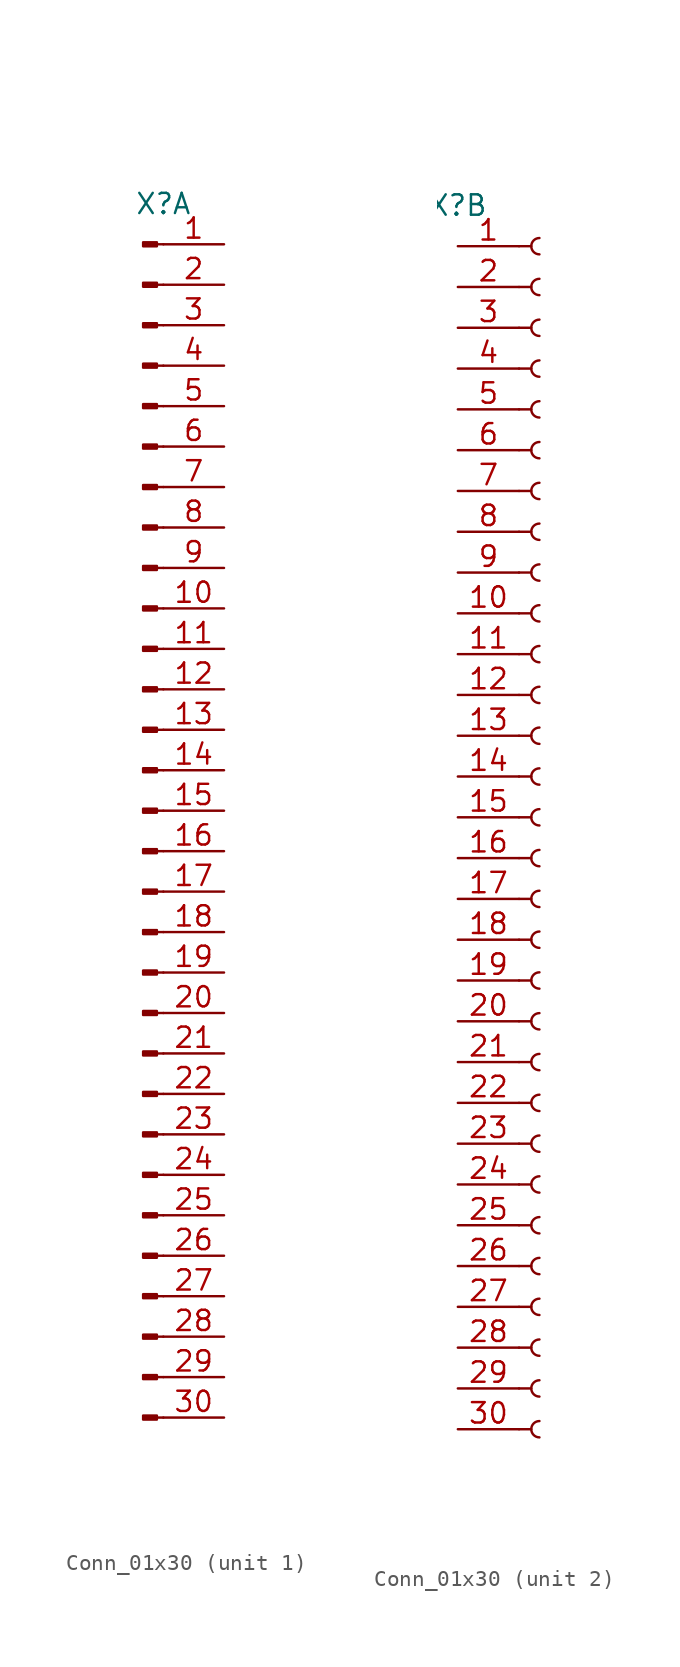
<source format=kicad_sym>
(kicad_symbol_lib
  (version 20241209)
  (generator "kicad_symbol_editor")
  (generator_version "9.0")
  (symbol "Conn_01x30"
    (pin_names
      (offset 1.016)
      (hide yes))
    (property "Reference" "X"
      (at 0 38.1 0)
      (effects (font (size 1.27 1.27))))
    (property "ki_locked" ""
      (at 0 0 0)
      (effects (font (size 1.27 1.27))))
    (symbol "Conn_01x30_1_1"
      (rectangle (start -0.406 35.687) (end -1.27 35.433) (stroke (width 0.152) (type default)) (fill (type outline)))
      (rectangle (start -0.406 33.147) (end -1.27 32.893) (stroke (width 0.152) (type default)) (fill (type outline)))
      (rectangle (start -0.406 30.607) (end -1.27 30.353) (stroke (width 0.152) (type default)) (fill (type outline)))
      (rectangle (start -0.406 28.067) (end -1.27 27.813) (stroke (width 0.152) (type default)) (fill (type outline)))
      (rectangle (start -0.406 25.527) (end -1.27 25.273) (stroke (width 0.152) (type default)) (fill (type outline)))
      (rectangle (start -0.406 22.987) (end -1.27 22.733) (stroke (width 0.152) (type default)) (fill (type outline)))
      (rectangle (start -0.406 20.447) (end -1.27 20.193) (stroke (width 0.152) (type default)) (fill (type outline)))
      (rectangle (start -0.406 17.907) (end -1.27 17.653) (stroke (width 0.152) (type default)) (fill (type outline)))
      (rectangle (start -0.406 15.367) (end -1.27 15.113) (stroke (width 0.152) (type default)) (fill (type outline)))
      (rectangle (start -0.406 12.827) (end -1.27 12.573) (stroke (width 0.152) (type default)) (fill (type outline)))
      (rectangle (start -0.406 10.287) (end -1.27 10.033) (stroke (width 0.152) (type default)) (fill (type outline)))
      (rectangle (start -0.406 7.747) (end -1.27 7.493) (stroke (width 0.152) (type default)) (fill (type outline)))
      (rectangle (start -0.406 5.207) (end -1.27 4.953) (stroke (width 0.152) (type default)) (fill (type outline)))
      (rectangle (start -0.406 2.667) (end -1.27 2.413) (stroke (width 0.152) (type default)) (fill (type outline)))
      (rectangle (start -0.406 0.127) (end -1.27 -0.127) (stroke (width 0.152) (type default)) (fill (type outline)))
      (rectangle (start -0.406 -2.413) (end -1.27 -2.667) (stroke (width 0.152) (type default)) (fill (type outline)))
      (rectangle (start -0.406 -4.953) (end -1.27 -5.207) (stroke (width 0.152) (type default)) (fill (type outline)))
      (rectangle (start -0.406 -7.493) (end -1.27 -7.747) (stroke (width 0.152) (type default)) (fill (type outline)))
      (rectangle (start -0.406 -10.033) (end -1.27 -10.287) (stroke (width 0.152) (type default)) (fill (type outline)))
      (rectangle (start -0.406 -12.573) (end -1.27 -12.827) (stroke (width 0.152) (type default)) (fill (type outline)))
      (rectangle (start -0.406 -15.113) (end -1.27 -15.367) (stroke (width 0.152) (type default)) (fill (type outline)))
      (rectangle (start -0.406 -17.653) (end -1.27 -17.907) (stroke (width 0.152) (type default)) (fill (type outline)))
      (rectangle (start -0.406 -20.193) (end -1.27 -20.447) (stroke (width 0.152) (type default)) (fill (type outline)))
      (rectangle (start -0.406 -22.733) (end -1.27 -22.987) (stroke (width 0.152) (type default)) (fill (type outline)))
      (rectangle (start -0.406 -25.273) (end -1.27 -25.527) (stroke (width 0.152) (type default)) (fill (type outline)))
      (rectangle (start -0.406 -27.813) (end -1.27 -28.067) (stroke (width 0.152) (type default)) (fill (type outline)))
      (rectangle (start -0.406 -30.353) (end -1.27 -30.607) (stroke (width 0.152) (type default)) (fill (type outline)))
      (rectangle (start -0.406 -32.893) (end -1.27 -33.147) (stroke (width 0.152) (type default)) (fill (type outline)))
      (rectangle (start -0.406 -35.433) (end -1.27 -35.687) (stroke (width 0.152) (type default)) (fill (type outline)))
      (rectangle (start -0.406 -37.973) (end -1.27 -38.227) (stroke (width 0.152) (type default)) (fill (type outline)))
      (polyline (pts (xy 0 35.56) (xy -0.406 35.56)) (stroke (width 0.152) (type default)) (fill (type none)))
      (polyline (pts (xy 0 33.02) (xy -0.406 33.02)) (stroke (width 0.152) (type default)) (fill (type none)))
      (polyline (pts (xy 0 30.48) (xy -0.406 30.48)) (stroke (width 0.152) (type default)) (fill (type none)))
      (polyline (pts (xy 0 27.94) (xy -0.406 27.94)) (stroke (width 0.152) (type default)) (fill (type none)))
      (polyline (pts (xy 0 25.4) (xy -0.406 25.4)) (stroke (width 0.152) (type default)) (fill (type none)))
      (polyline (pts (xy 0 22.86) (xy -0.406 22.86)) (stroke (width 0.152) (type default)) (fill (type none)))
      (polyline (pts (xy 0 20.32) (xy -0.406 20.32)) (stroke (width 0.152) (type default)) (fill (type none)))
      (polyline (pts (xy 0 17.78) (xy -0.406 17.78)) (stroke (width 0.152) (type default)) (fill (type none)))
      (polyline (pts (xy 0 15.24) (xy -0.406 15.24)) (stroke (width 0.152) (type default)) (fill (type none)))
      (polyline (pts (xy 0 12.7) (xy -0.406 12.7)) (stroke (width 0.152) (type default)) (fill (type none)))
      (polyline (pts (xy 0 10.16) (xy -0.406 10.16)) (stroke (width 0.152) (type default)) (fill (type none)))
      (polyline (pts (xy 0 7.62) (xy -0.406 7.62)) (stroke (width 0.152) (type default)) (fill (type none)))
      (polyline (pts (xy 0 5.08) (xy -0.406 5.08)) (stroke (width 0.152) (type default)) (fill (type none)))
      (polyline (pts (xy 0 2.54) (xy -0.406 2.54)) (stroke (width 0.152) (type default)) (fill (type none)))
      (polyline (pts (xy 0 0) (xy -0.406 0)) (stroke (width 0.152) (type default)) (fill (type none)))
      (polyline (pts (xy 0 -2.54) (xy -0.406 -2.54)) (stroke (width 0.152) (type default)) (fill (type none)))
      (polyline (pts (xy 0 -5.08) (xy -0.406 -5.08)) (stroke (width 0.152) (type default)) (fill (type none)))
      (polyline (pts (xy 0 -7.62) (xy -0.406 -7.62)) (stroke (width 0.152) (type default)) (fill (type none)))
      (polyline (pts (xy 0 -10.16) (xy -0.406 -10.16)) (stroke (width 0.152) (type default)) (fill (type none)))
      (polyline (pts (xy 0 -12.7) (xy -0.406 -12.7)) (stroke (width 0.152) (type default)) (fill (type none)))
      (polyline (pts (xy 0 -15.24) (xy -0.406 -15.24)) (stroke (width 0.152) (type default)) (fill (type none)))
      (polyline (pts (xy 0 -17.78) (xy -0.406 -17.78)) (stroke (width 0.152) (type default)) (fill (type none)))
      (polyline (pts (xy 0 -20.32) (xy -0.406 -20.32)) (stroke (width 0.152) (type default)) (fill (type none)))
      (polyline (pts (xy 0 -22.86) (xy -0.406 -22.86)) (stroke (width 0.152) (type default)) (fill (type none)))
      (polyline (pts (xy 0 -25.4) (xy -0.406 -25.4)) (stroke (width 0.152) (type default)) (fill (type none)))
      (polyline (pts (xy 0 -27.94) (xy -0.406 -27.94)) (stroke (width 0.152) (type default)) (fill (type none)))
      (polyline (pts (xy 0 -30.48) (xy -0.406 -30.48)) (stroke (width 0.152) (type default)) (fill (type none)))
      (polyline (pts (xy 0 -33.02) (xy -0.406 -33.02)) (stroke (width 0.152) (type default)) (fill (type none)))
      (polyline (pts (xy 0 -35.56) (xy -0.406 -35.56)) (stroke (width 0.152) (type default)) (fill (type none)))
      (polyline (pts (xy 0 -38.1) (xy -0.406 -38.1)) (stroke (width 0.152) (type default)) (fill (type none)))
      (pin passive line (at 3.81 35.56 180) (length 3.81) (name "Pin_1" (effects (font (size 1.27 1.27)))) (number "1" (effects (font (size 1.27 1.27)))))
      (pin passive line (at 3.81 33.02 180) (length 3.81) (name "Pin_2" (effects (font (size 1.27 1.27)))) (number "2" (effects (font (size 1.27 1.27)))))
      (pin passive line (at 3.81 30.48 180) (length 3.81) (name "Pin_3" (effects (font (size 1.27 1.27)))) (number "3" (effects (font (size 1.27 1.27)))))
      (pin passive line (at 3.81 27.94 180) (length 3.81) (name "Pin_4" (effects (font (size 1.27 1.27)))) (number "4" (effects (font (size 1.27 1.27)))))
      (pin passive line (at 3.81 25.4 180) (length 3.81) (name "Pin_5" (effects (font (size 1.27 1.27)))) (number "5" (effects (font (size 1.27 1.27)))))
      (pin passive line (at 3.81 22.86 180) (length 3.81) (name "Pin_6" (effects (font (size 1.27 1.27)))) (number "6" (effects (font (size 1.27 1.27)))))
      (pin passive line (at 3.81 20.32 180) (length 3.81) (name "Pin_7" (effects (font (size 1.27 1.27)))) (number "7" (effects (font (size 1.27 1.27)))))
      (pin passive line (at 3.81 17.78 180) (length 3.81) (name "Pin_8" (effects (font (size 1.27 1.27)))) (number "8" (effects (font (size 1.27 1.27)))))
      (pin passive line (at 3.81 15.24 180) (length 3.81) (name "Pin_9" (effects (font (size 1.27 1.27)))) (number "9" (effects (font (size 1.27 1.27)))))
      (pin passive line (at 3.81 12.7 180) (length 3.81) (name "Pin_10" (effects (font (size 1.27 1.27)))) (number "10" (effects (font (size 1.27 1.27)))))
      (pin passive line (at 3.81 10.16 180) (length 3.81) (name "Pin_11" (effects (font (size 1.27 1.27)))) (number "11" (effects (font (size 1.27 1.27)))))
      (pin passive line (at 3.81 7.62 180) (length 3.81) (name "Pin_12" (effects (font (size 1.27 1.27)))) (number "12" (effects (font (size 1.27 1.27)))))
      (pin passive line (at 3.81 5.08 180) (length 3.81) (name "Pin_13" (effects (font (size 1.27 1.27)))) (number "13" (effects (font (size 1.27 1.27)))))
      (pin passive line (at 3.81 2.54 180) (length 3.81) (name "Pin_14" (effects (font (size 1.27 1.27)))) (number "14" (effects (font (size 1.27 1.27)))))
      (pin passive line (at 3.81 0 180) (length 3.81) (name "Pin_15" (effects (font (size 1.27 1.27)))) (number "15" (effects (font (size 1.27 1.27)))))
      (pin passive line (at 3.81 -2.54 180) (length 3.81) (name "Pin_16" (effects (font (size 1.27 1.27)))) (number "16" (effects (font (size 1.27 1.27)))))
      (pin passive line (at 3.81 -5.08 180) (length 3.81) (name "Pin_17" (effects (font (size 1.27 1.27)))) (number "17" (effects (font (size 1.27 1.27)))))
      (pin passive line (at 3.81 -7.62 180) (length 3.81) (name "Pin_18" (effects (font (size 1.27 1.27)))) (number "18" (effects (font (size 1.27 1.27)))))
      (pin passive line (at 3.81 -10.16 180) (length 3.81) (name "Pin_19" (effects (font (size 1.27 1.27)))) (number "19" (effects (font (size 1.27 1.27)))))
      (pin passive line (at 3.81 -12.7 180) (length 3.81) (name "Pin_20" (effects (font (size 1.27 1.27)))) (number "20" (effects (font (size 1.27 1.27)))))
      (pin passive line (at 3.81 -15.24 180) (length 3.81) (name "Pin_21" (effects (font (size 1.27 1.27)))) (number "21" (effects (font (size 1.27 1.27)))))
      (pin passive line (at 3.81 -17.78 180) (length 3.81) (name "Pin_22" (effects (font (size 1.27 1.27)))) (number "22" (effects (font (size 1.27 1.27)))))
      (pin passive line (at 3.81 -20.32 180) (length 3.81) (name "Pin_23" (effects (font (size 1.27 1.27)))) (number "23" (effects (font (size 1.27 1.27)))))
      (pin passive line (at 3.81 -22.86 180) (length 3.81) (name "Pin_24" (effects (font (size 1.27 1.27)))) (number "24" (effects (font (size 1.27 1.27)))))
      (pin passive line (at 3.81 -25.4 180) (length 3.81) (name "Pin_25" (effects (font (size 1.27 1.27)))) (number "25" (effects (font (size 1.27 1.27)))))
      (pin passive line (at 3.81 -27.94 180) (length 3.81) (name "Pin_26" (effects (font (size 1.27 1.27)))) (number "26" (effects (font (size 1.27 1.27)))))
      (pin passive line (at 3.81 -30.48 180) (length 3.81) (name "Pin_27" (effects (font (size 1.27 1.27)))) (number "27" (effects (font (size 1.27 1.27)))))
      (pin passive line (at 3.81 -33.02 180) (length 3.81) (name "Pin_28" (effects (font (size 1.27 1.27)))) (number "28" (effects (font (size 1.27 1.27)))))
      (pin passive line (at 3.81 -35.56 180) (length 3.81) (name "Pin_29" (effects (font (size 1.27 1.27)))) (number "29" (effects (font (size 1.27 1.27)))))
      (pin passive line (at 3.81 -38.1 180) (length 3.81) (name "Pin_30" (effects (font (size 1.27 1.27)))) (number "30" (effects (font (size 1.27 1.27))))))
    (symbol "Conn_01x30_2_1"
      (polyline (pts (xy 3.81 35.56) (xy 4.572 35.56)) (stroke (width 0.152) (type default)) (fill (type none)))
      (polyline (pts (xy 3.81 33.02) (xy 4.572 33.02)) (stroke (width 0.152) (type default)) (fill (type none)))
      (polyline (pts (xy 3.81 30.48) (xy 4.572 30.48)) (stroke (width 0.152) (type default)) (fill (type none)))
      (polyline (pts (xy 3.81 27.94) (xy 4.572 27.94)) (stroke (width 0.152) (type default)) (fill (type none)))
      (polyline (pts (xy 3.81 25.4) (xy 4.572 25.4)) (stroke (width 0.152) (type default)) (fill (type none)))
      (polyline (pts (xy 3.81 22.86) (xy 4.572 22.86)) (stroke (width 0.152) (type default)) (fill (type none)))
      (polyline (pts (xy 3.81 20.32) (xy 4.572 20.32)) (stroke (width 0.152) (type default)) (fill (type none)))
      (polyline (pts (xy 3.81 17.78) (xy 4.572 17.78)) (stroke (width 0.152) (type default)) (fill (type none)))
      (polyline (pts (xy 3.81 15.24) (xy 4.572 15.24)) (stroke (width 0.152) (type default)) (fill (type none)))
      (polyline (pts (xy 3.81 12.7) (xy 4.572 12.7)) (stroke (width 0.152) (type default)) (fill (type none)))
      (polyline (pts (xy 3.81 10.16) (xy 4.572 10.16)) (stroke (width 0.152) (type default)) (fill (type none)))
      (polyline (pts (xy 3.81 7.62) (xy 4.572 7.62)) (stroke (width 0.152) (type default)) (fill (type none)))
      (polyline (pts (xy 3.81 5.08) (xy 4.572 5.08)) (stroke (width 0.152) (type default)) (fill (type none)))
      (polyline (pts (xy 3.81 2.54) (xy 4.572 2.54)) (stroke (width 0.152) (type default)) (fill (type none)))
      (polyline (pts (xy 3.81 0) (xy 4.572 0)) (stroke (width 0.152) (type default)) (fill (type none)))
      (polyline (pts (xy 3.81 -2.54) (xy 4.572 -2.54)) (stroke (width 0.152) (type default)) (fill (type none)))
      (polyline (pts (xy 3.81 -5.08) (xy 4.572 -5.08)) (stroke (width 0.152) (type default)) (fill (type none)))
      (polyline (pts (xy 3.81 -7.62) (xy 4.572 -7.62)) (stroke (width 0.152) (type default)) (fill (type none)))
      (polyline (pts (xy 3.81 -10.16) (xy 4.572 -10.16)) (stroke (width 0.152) (type default)) (fill (type none)))
      (polyline (pts (xy 3.81 -12.7) (xy 4.572 -12.7)) (stroke (width 0.152) (type default)) (fill (type none)))
      (polyline (pts (xy 3.81 -15.24) (xy 4.572 -15.24)) (stroke (width 0.152) (type default)) (fill (type none)))
      (polyline (pts (xy 3.81 -17.78) (xy 4.572 -17.78)) (stroke (width 0.152) (type default)) (fill (type none)))
      (polyline (pts (xy 3.81 -20.32) (xy 4.572 -20.32)) (stroke (width 0.152) (type default)) (fill (type none)))
      (polyline (pts (xy 3.81 -22.86) (xy 4.572 -22.86)) (stroke (width 0.152) (type default)) (fill (type none)))
      (polyline (pts (xy 3.81 -25.4) (xy 4.572 -25.4)) (stroke (width 0.152) (type default)) (fill (type none)))
      (polyline (pts (xy 3.81 -27.94) (xy 4.572 -27.94)) (stroke (width 0.152) (type default)) (fill (type none)))
      (polyline (pts (xy 3.81 -30.48) (xy 4.572 -30.48)) (stroke (width 0.152) (type default)) (fill (type none)))
      (polyline (pts (xy 3.81 -33.02) (xy 4.572 -33.02)) (stroke (width 0.152) (type default)) (fill (type none)))
      (polyline (pts (xy 3.81 -35.56) (xy 4.572 -35.56)) (stroke (width 0.152) (type default)) (fill (type none)))
      (polyline (pts (xy 3.81 -38.1) (xy 4.572 -38.1)) (stroke (width 0.152) (type default)) (fill (type none)))
      (arc (start 5.08 35.052) (mid 4.5742 35.56) (end 5.08 36.068) (stroke (width 0.1524) (type default)) (fill (type none)))
      (arc (start 5.08 32.512) (mid 4.5742 33.02) (end 5.08 33.528) (stroke (width 0.1524) (type default)) (fill (type none)))
      (arc (start 5.08 29.972) (mid 4.5742 30.48) (end 5.08 30.988) (stroke (width 0.1524) (type default)) (fill (type none)))
      (arc (start 5.08 27.432) (mid 4.5742 27.94) (end 5.08 28.448) (stroke (width 0.1524) (type default)) (fill (type none)))
      (arc (start 5.08 24.892) (mid 4.5742 25.4) (end 5.08 25.908) (stroke (width 0.1524) (type default)) (fill (type none)))
      (arc (start 5.08 22.352) (mid 4.5742 22.86) (end 5.08 23.368) (stroke (width 0.1524) (type default)) (fill (type none)))
      (arc (start 5.08 19.812) (mid 4.5742 20.32) (end 5.08 20.828) (stroke (width 0.1524) (type default)) (fill (type none)))
      (arc (start 5.08 17.272) (mid 4.5742 17.78) (end 5.08 18.288) (stroke (width 0.1524) (type default)) (fill (type none)))
      (arc (start 5.08 14.732) (mid 4.5742 15.24) (end 5.08 15.748) (stroke (width 0.1524) (type default)) (fill (type none)))
      (arc (start 5.08 12.192) (mid 4.5742 12.7) (end 5.08 13.208) (stroke (width 0.1524) (type default)) (fill (type none)))
      (arc (start 5.08 9.652) (mid 4.5742 10.16) (end 5.08 10.668) (stroke (width 0.1524) (type default)) (fill (type none)))
      (arc (start 5.08 7.112) (mid 4.5742 7.62) (end 5.08 8.128) (stroke (width 0.1524) (type default)) (fill (type none)))
      (arc (start 5.08 4.572) (mid 4.5742 5.08) (end 5.08 5.588) (stroke (width 0.1524) (type default)) (fill (type none)))
      (arc (start 5.08 2.032) (mid 4.5742 2.54) (end 5.08 3.048) (stroke (width 0.1524) (type default)) (fill (type none)))
      (arc (start 5.08 -0.508) (mid 4.5742 0) (end 5.08 0.508) (stroke (width 0.1524) (type default)) (fill (type none)))
      (arc (start 5.08 -3.048) (mid 4.5742 -2.54) (end 5.08 -2.032) (stroke (width 0.1524) (type default)) (fill (type none)))
      (arc (start 5.08 -5.588) (mid 4.5742 -5.08) (end 5.08 -4.572) (stroke (width 0.1524) (type default)) (fill (type none)))
      (arc (start 5.08 -8.128) (mid 4.5742 -7.62) (end 5.08 -7.112) (stroke (width 0.1524) (type default)) (fill (type none)))
      (arc (start 5.08 -10.668) (mid 4.5742 -10.16) (end 5.08 -9.652) (stroke (width 0.1524) (type default)) (fill (type none)))
      (arc (start 5.08 -13.208) (mid 4.5742 -12.7) (end 5.08 -12.192) (stroke (width 0.1524) (type default)) (fill (type none)))
      (arc (start 5.08 -15.748) (mid 4.5742 -15.24) (end 5.08 -14.732) (stroke (width 0.1524) (type default)) (fill (type none)))
      (arc (start 5.08 -18.288) (mid 4.5742 -17.78) (end 5.08 -17.272) (stroke (width 0.1524) (type default)) (fill (type none)))
      (arc (start 5.08 -20.828) (mid 4.5742 -20.32) (end 5.08 -19.812) (stroke (width 0.1524) (type default)) (fill (type none)))
      (arc (start 5.08 -23.368) (mid 4.5742 -22.86) (end 5.08 -22.352) (stroke (width 0.1524) (type default)) (fill (type none)))
      (arc (start 5.08 -25.908) (mid 4.5742 -25.4) (end 5.08 -24.892) (stroke (width 0.1524) (type default)) (fill (type none)))
      (arc (start 5.08 -28.448) (mid 4.5742 -27.94) (end 5.08 -27.432) (stroke (width 0.1524) (type default)) (fill (type none)))
      (arc (start 5.08 -30.988) (mid 4.5742 -30.48) (end 5.08 -29.972) (stroke (width 0.1524) (type default)) (fill (type none)))
      (arc (start 5.08 -33.528) (mid 4.5742 -33.02) (end 5.08 -32.512) (stroke (width 0.1524) (type default)) (fill (type none)))
      (arc (start 5.08 -36.068) (mid 4.5742 -35.56) (end 5.08 -35.052) (stroke (width 0.1524) (type default)) (fill (type none)))
      (arc (start 5.08 -38.608) (mid 4.5742 -38.1) (end 5.08 -37.592) (stroke (width 0.1524) (type default)) (fill (type none)))
      (pin passive line (at 0 35.56 0) (length 3.81) (name "Pin_1" (effects (font (size 1.27 1.27)))) (number "1" (effects (font (size 1.27 1.27)))))
      (pin passive line (at 0 33.02 0) (length 3.81) (name "Pin_2" (effects (font (size 1.27 1.27)))) (number "2" (effects (font (size 1.27 1.27)))))
      (pin passive line (at 0 30.48 0) (length 3.81) (name "Pin_3" (effects (font (size 1.27 1.27)))) (number "3" (effects (font (size 1.27 1.27)))))
      (pin passive line (at 0 27.94 0) (length 3.81) (name "Pin_4" (effects (font (size 1.27 1.27)))) (number "4" (effects (font (size 1.27 1.27)))))
      (pin passive line (at 0 25.4 0) (length 3.81) (name "Pin_5" (effects (font (size 1.27 1.27)))) (number "5" (effects (font (size 1.27 1.27)))))
      (pin passive line (at 0 22.86 0) (length 3.81) (name "Pin_6" (effects (font (size 1.27 1.27)))) (number "6" (effects (font (size 1.27 1.27)))))
      (pin passive line (at 0 20.32 0) (length 3.81) (name "Pin_7" (effects (font (size 1.27 1.27)))) (number "7" (effects (font (size 1.27 1.27)))))
      (pin passive line (at 0 17.78 0) (length 3.81) (name "Pin_8" (effects (font (size 1.27 1.27)))) (number "8" (effects (font (size 1.27 1.27)))))
      (pin passive line (at 0 15.24 0) (length 3.81) (name "Pin_9" (effects (font (size 1.27 1.27)))) (number "9" (effects (font (size 1.27 1.27)))))
      (pin passive line (at 0 12.7 0) (length 3.81) (name "Pin_10" (effects (font (size 1.27 1.27)))) (number "10" (effects (font (size 1.27 1.27)))))
      (pin passive line (at 0 10.16 0) (length 3.81) (name "Pin_11" (effects (font (size 1.27 1.27)))) (number "11" (effects (font (size 1.27 1.27)))))
      (pin passive line (at 0 7.62 0) (length 3.81) (name "Pin_12" (effects (font (size 1.27 1.27)))) (number "12" (effects (font (size 1.27 1.27)))))
      (pin passive line (at 0 5.08 0) (length 3.81) (name "Pin_13" (effects (font (size 1.27 1.27)))) (number "13" (effects (font (size 1.27 1.27)))))
      (pin passive line (at 0 2.54 0) (length 3.81) (name "Pin_14" (effects (font (size 1.27 1.27)))) (number "14" (effects (font (size 1.27 1.27)))))
      (pin passive line (at 0 0 0) (length 3.81) (name "Pin_15" (effects (font (size 1.27 1.27)))) (number "15" (effects (font (size 1.27 1.27)))))
      (pin passive line (at 0 -2.54 0) (length 3.81) (name "Pin_16" (effects (font (size 1.27 1.27)))) (number "16" (effects (font (size 1.27 1.27)))))
      (pin passive line (at 0 -5.08 0) (length 3.81) (name "Pin_17" (effects (font (size 1.27 1.27)))) (number "17" (effects (font (size 1.27 1.27)))))
      (pin passive line (at 0 -7.62 0) (length 3.81) (name "Pin_18" (effects (font (size 1.27 1.27)))) (number "18" (effects (font (size 1.27 1.27)))))
      (pin passive line (at 0 -10.16 0) (length 3.81) (name "Pin_19" (effects (font (size 1.27 1.27)))) (number "19" (effects (font (size 1.27 1.27)))))
      (pin passive line (at 0 -12.7 0) (length 3.81) (name "Pin_20" (effects (font (size 1.27 1.27)))) (number "20" (effects (font (size 1.27 1.27)))))
      (pin passive line (at 0 -15.24 0) (length 3.81) (name "Pin_21" (effects (font (size 1.27 1.27)))) (number "21" (effects (font (size 1.27 1.27)))))
      (pin passive line (at 0 -17.78 0) (length 3.81) (name "Pin_22" (effects (font (size 1.27 1.27)))) (number "22" (effects (font (size 1.27 1.27)))))
      (pin passive line (at 0 -20.32 0) (length 3.81) (name "Pin_23" (effects (font (size 1.27 1.27)))) (number "23" (effects (font (size 1.27 1.27)))))
      (pin passive line (at 0 -22.86 0) (length 3.81) (name "Pin_24" (effects (font (size 1.27 1.27)))) (number "24" (effects (font (size 1.27 1.27)))))
      (pin passive line (at 0 -25.4 0) (length 3.81) (name "Pin_25" (effects (font (size 1.27 1.27)))) (number "25" (effects (font (size 1.27 1.27)))))
      (pin passive line (at 0 -27.94 0) (length 3.81) (name "Pin_26" (effects (font (size 1.27 1.27)))) (number "26" (effects (font (size 1.27 1.27)))))
      (pin passive line (at 0 -30.48 0) (length 3.81) (name "Pin_27" (effects (font (size 1.27 1.27)))) (number "27" (effects (font (size 1.27 1.27)))))
      (pin passive line (at 0 -33.02 0) (length 3.81) (name "Pin_28" (effects (font (size 1.27 1.27)))) (number "28" (effects (font (size 1.27 1.27)))))
      (pin passive line (at 0 -35.56 0) (length 3.81) (name "Pin_29" (effects (font (size 1.27 1.27)))) (number "29" (effects (font (size 1.27 1.27)))))
      (pin passive line (at 0 -38.1 0) (length 3.81) (name "Pin_30" (effects (font (size 1.27 1.27)))) (number "30" (effects (font (size 1.27 1.27))))))))
</source>
